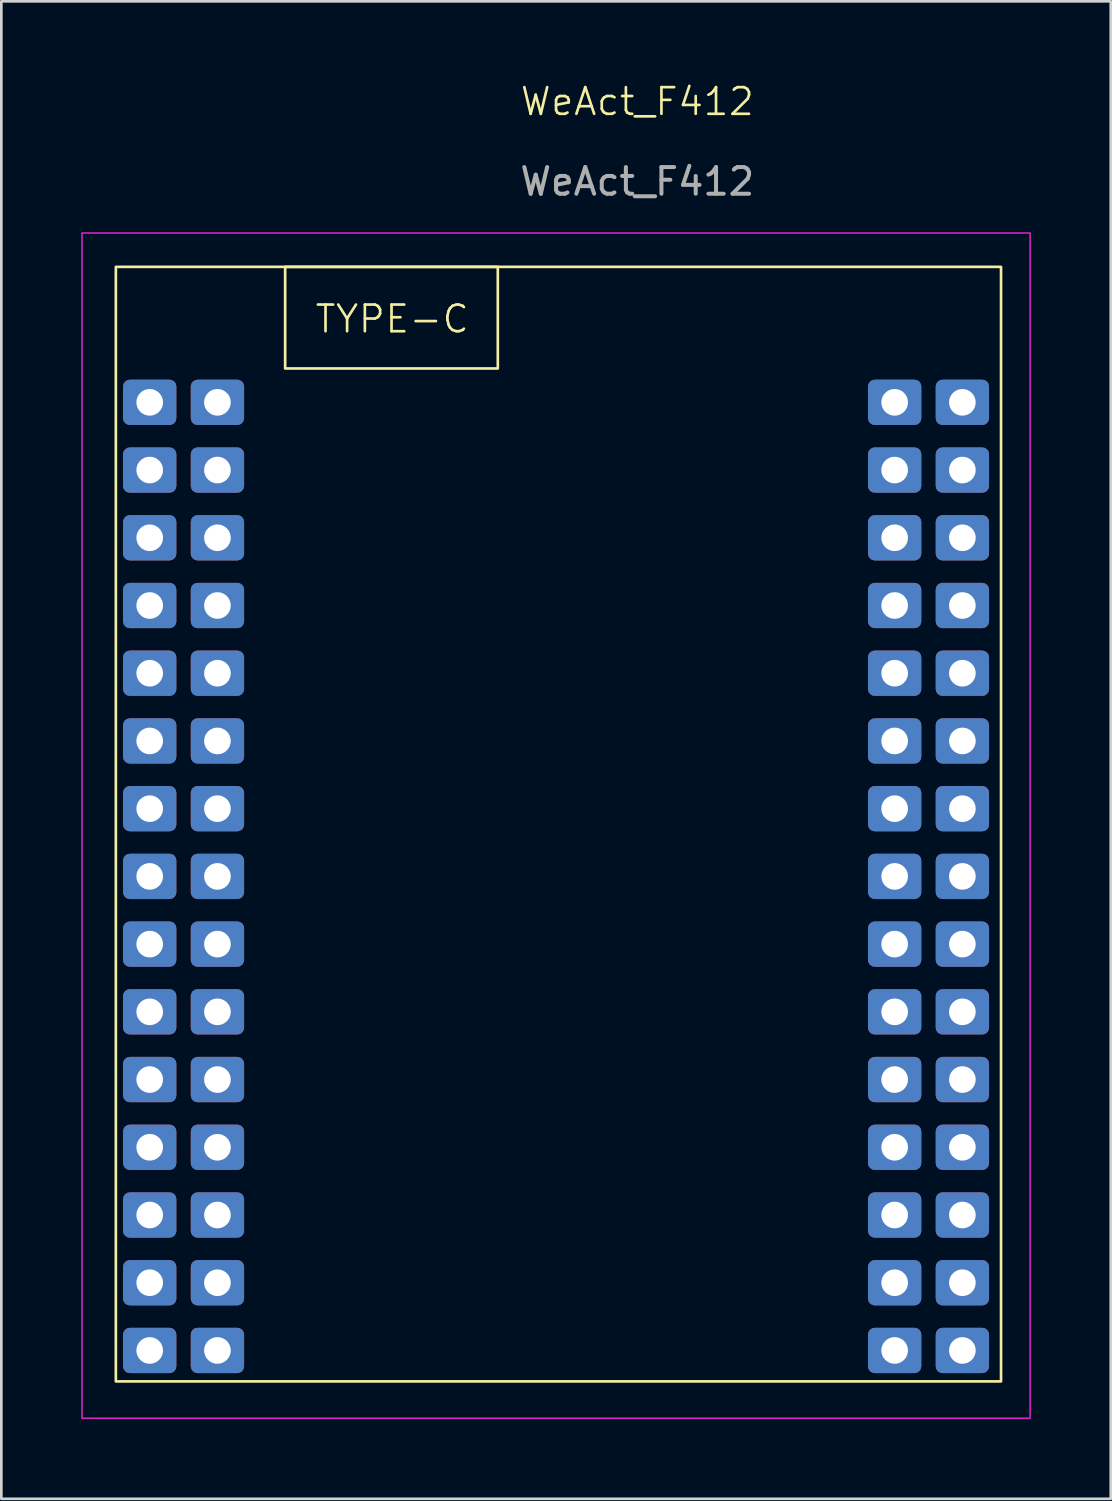
<source format=kicad_pcb>
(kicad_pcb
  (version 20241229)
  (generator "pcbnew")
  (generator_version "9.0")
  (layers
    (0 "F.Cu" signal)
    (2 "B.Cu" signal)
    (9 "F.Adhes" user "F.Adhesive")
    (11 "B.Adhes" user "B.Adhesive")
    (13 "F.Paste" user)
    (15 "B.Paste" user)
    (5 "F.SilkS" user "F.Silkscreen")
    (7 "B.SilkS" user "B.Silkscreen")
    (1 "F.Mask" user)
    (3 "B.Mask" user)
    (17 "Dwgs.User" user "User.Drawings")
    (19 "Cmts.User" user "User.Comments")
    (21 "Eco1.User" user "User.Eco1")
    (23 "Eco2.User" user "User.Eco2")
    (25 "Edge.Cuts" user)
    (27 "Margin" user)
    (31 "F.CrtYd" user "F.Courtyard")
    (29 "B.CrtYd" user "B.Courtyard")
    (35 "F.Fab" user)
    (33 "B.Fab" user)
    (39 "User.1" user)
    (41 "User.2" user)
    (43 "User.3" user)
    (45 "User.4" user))
  (footprint "WeAct_F412"
    (layer "F.Cu")
    (at 1.295 6.96)
    (property "Reference" "WeAct_F412" (at 19.558 -6.199 0) (unlocked yes) (layer "F.SilkS") (effects (font (size 1 1) (thickness 0.1))))
    (attr smd)
    (fp_rect (start 0 0) (end 33.2 41.8) (stroke (width 0.1) (type solid)) (fill no) (layer "F.SilkS"))
    (fp_rect (start 6.35 0) (end 14.326 3.81) (stroke (width 0.1) (type default)) (fill no) (layer "F.SilkS"))
    (fp_rect (start -1.27 -1.27) (end 34.29 43.18) (stroke (width 0.05) (type default)) (fill no) (layer "F.CrtYd"))
    (fp_text user "TYPE-C" (at 7.417 2.54 0) (unlocked yes) (layer "F.SilkS") (effects (font (size 1 1) (thickness 0.1)) (justify left bottom)))
    (fp_text user "${REFERENCE}" (at 19.558 -3.199 0) (unlocked yes) (layer "F.Fab") (effects (font (size 1 1) (thickness 0.15))))
    (pad "1" thru_hole roundrect (at 1.27 5.08) (size 2 1.7) (drill 1) (layers "*.Cu" "*.Mask") (roundrect_rratio 0.15))
    (pad "1" thru_hole roundrect (at 1.27 40.64) (size 2 1.7) (drill 1) (layers "*.Cu" "*.Mask") (roundrect_rratio 0.15))
    (pad "1" thru_hole roundrect (at 3.81 5.08) (size 2 1.7) (drill 1) (layers "*.Cu" "*.Mask") (roundrect_rratio 0.15))
    (pad "1" thru_hole roundrect (at 29.21 5.08) (size 2 1.7) (drill 1) (layers "*.Cu" "*.Mask") (roundrect_rratio 0.15))
    (pad "1" thru_hole roundrect (at 29.21 7.62) (size 2 1.7) (drill 1) (layers "*.Cu" "*.Mask") (roundrect_rratio 0.15))
    (pad "1" thru_hole roundrect (at 29.21 10.16) (size 2 1.7) (drill 1) (layers "*.Cu" "*.Mask") (roundrect_rratio 0.15))
    (pad "1" thru_hole roundrect (at 29.21 40.64) (size 2 1.7) (drill 1) (layers "*.Cu" "*.Mask") (roundrect_rratio 0.15))
    (pad "2" thru_hole roundrect (at 1.27 7.62) (size 2 1.7) (drill 1) (layers "*.Cu" "*.Mask") (roundrect_rratio 0.15))
    (pad "2" thru_hole roundrect (at 3.81 7.62) (size 2 1.7) (drill 1) (layers "*.Cu" "*.Mask") (roundrect_rratio 0.15))
    (pad "3" thru_hole roundrect (at 3.81 10.16) (size 2 1.7) (drill 1) (layers "*.Cu" "*.Mask") (roundrect_rratio 0.15))
    (pad "4" thru_hole roundrect (at 1.27 10.16) (size 2 1.7) (drill 1) (layers "*.Cu" "*.Mask") (roundrect_rratio 0.15))
    (pad "5" thru_hole roundrect (at 3.81 12.7) (size 2 1.7) (drill 1) (layers "*.Cu" "*.Mask") (roundrect_rratio 0.15))
    (pad "6" thru_hole roundrect (at 1.27 12.7) (size 2 1.7) (drill 1) (layers "*.Cu" "*.Mask") (roundrect_rratio 0.15))
    (pad "7" thru_hole roundrect (at 3.81 15.24) (size 2 1.7) (drill 1) (layers "*.Cu" "*.Mask") (roundrect_rratio 0.15))
    (pad "8" thru_hole roundrect (at 1.27 15.24) (size 2 1.7) (drill 1) (layers "*.Cu" "*.Mask") (roundrect_rratio 0.15))
    (pad "9" thru_hole roundrect (at 3.81 17.78) (size 2 1.7) (drill 1) (layers "*.Cu" "*.Mask") (roundrect_rratio 0.15))
    (pad "10" thru_hole roundrect (at 1.27 17.78) (size 2 1.7) (drill 1) (layers "*.Cu" "*.Mask") (roundrect_rratio 0.15))
    (pad "11" thru_hole roundrect (at 3.81 20.32) (size 2 1.7) (drill 1) (layers "*.Cu" "*.Mask") (roundrect_rratio 0.15))
    (pad "12" thru_hole roundrect (at 1.27 20.32) (size 2 1.7) (drill 1) (layers "*.Cu" "*.Mask") (roundrect_rratio 0.15))
    (pad "13" thru_hole roundrect (at 3.81 22.86) (size 2 1.7) (drill 1) (layers "*.Cu" "*.Mask") (roundrect_rratio 0.15))
    (pad "14" thru_hole roundrect (at 1.27 22.86) (size 2 1.7) (drill 1) (layers "*.Cu" "*.Mask") (roundrect_rratio 0.15))
    (pad "15" thru_hole roundrect (at 3.81 25.4) (size 2 1.7) (drill 1) (layers "*.Cu" "*.Mask") (roundrect_rratio 0.15))
    (pad "16" thru_hole roundrect (at 1.27 25.4) (size 2 1.7) (drill 1) (layers "*.Cu" "*.Mask") (roundrect_rratio 0.15))
    (pad "17" thru_hole roundrect (at 3.81 27.94) (size 2 1.7) (drill 1) (layers "*.Cu" "*.Mask") (roundrect_rratio 0.15))
    (pad "18" thru_hole roundrect (at 1.27 27.94) (size 2 1.7) (drill 1) (layers "*.Cu" "*.Mask") (roundrect_rratio 0.15))
    (pad "19" thru_hole roundrect (at 3.81 30.48) (size 2 1.7) (drill 1) (layers "*.Cu" "*.Mask") (roundrect_rratio 0.15))
    (pad "20" thru_hole roundrect (at 1.27 30.48) (size 2 1.7) (drill 1) (layers "*.Cu" "*.Mask") (roundrect_rratio 0.15))
    (pad "21" thru_hole roundrect (at 3.81 33.02) (size 2 1.7) (drill 1) (layers "*.Cu" "*.Mask") (roundrect_rratio 0.15))
    (pad "22" thru_hole roundrect (at 1.27 33.02) (size 2 1.7) (drill 1) (layers "*.Cu" "*.Mask") (roundrect_rratio 0.15))
    (pad "23" thru_hole roundrect (at 3.81 35.56) (size 2 1.7) (drill 1) (layers "*.Cu" "*.Mask") (roundrect_rratio 0.15))
    (pad "24" thru_hole roundrect (at 1.27 35.56) (size 2 1.7) (drill 1) (layers "*.Cu" "*.Mask") (roundrect_rratio 0.15))
    (pad "25" thru_hole roundrect (at 3.81 38.1) (size 2 1.7) (drill 1) (layers "*.Cu" "*.Mask") (roundrect_rratio 0.15))
    (pad "26" thru_hole roundrect (at 1.27 38.1) (size 2 1.7) (drill 1) (layers "*.Cu" "*.Mask") (roundrect_rratio 0.15))
    (pad "27" thru_hole roundrect (at 3.81 40.64) (size 2 1.7) (drill 1) (layers "*.Cu" "*.Mask") (roundrect_rratio 0.15))
    (pad "28" thru_hole roundrect (at 31.75 5.08) (size 2 1.7) (drill 1) (layers "*.Cu" "*.Mask") (roundrect_rratio 0.15))
    (pad "28" thru_hole roundrect (at 31.75 7.62) (size 2 1.7) (drill 1) (layers "*.Cu" "*.Mask") (roundrect_rratio 0.15))
    (pad "28" thru_hole roundrect (at 31.75 10.16) (size 2 1.7) (drill 1) (layers "*.Cu" "*.Mask") (roundrect_rratio 0.15))
    (pad "29" thru_hole roundrect (at 29.21 12.7) (size 2 1.7) (drill 1) (layers "*.Cu" "*.Mask") (roundrect_rratio 0.15))
    (pad "30" thru_hole roundrect (at 31.75 12.7) (size 2 1.7) (drill 1) (layers "*.Cu" "*.Mask") (roundrect_rratio 0.15))
    (pad "31" thru_hole roundrect (at 29.21 15.24) (size 2 1.7) (drill 1) (layers "*.Cu" "*.Mask") (roundrect_rratio 0.15))
    (pad "32" thru_hole roundrect (at 31.75 15.24) (size 2 1.7) (drill 1) (layers "*.Cu" "*.Mask") (roundrect_rratio 0.15))
    (pad "33" thru_hole roundrect (at 29.21 17.78) (size 2 1.7) (drill 1) (layers "*.Cu" "*.Mask") (roundrect_rratio 0.15))
    (pad "34" thru_hole roundrect (at 31.75 17.78) (size 2 1.7) (drill 1) (layers "*.Cu" "*.Mask") (roundrect_rratio 0.15))
    (pad "35" thru_hole roundrect (at 29.21 20.32) (size 2 1.7) (drill 1) (layers "*.Cu" "*.Mask") (roundrect_rratio 0.15))
    (pad "36" thru_hole roundrect (at 31.75 20.32) (size 2 1.7) (drill 1) (layers "*.Cu" "*.Mask") (roundrect_rratio 0.15))
    (pad "37" thru_hole roundrect (at 29.21 22.86) (size 2 1.7) (drill 1) (layers "*.Cu" "*.Mask") (roundrect_rratio 0.15))
    (pad "38" thru_hole roundrect (at 31.75 22.86) (size 2 1.7) (drill 1) (layers "*.Cu" "*.Mask") (roundrect_rratio 0.15))
    (pad "39" thru_hole roundrect (at 29.21 25.4) (size 2 1.7) (drill 1) (layers "*.Cu" "*.Mask") (roundrect_rratio 0.15))
    (pad "40" thru_hole roundrect (at 31.75 25.4) (size 2 1.7) (drill 1) (layers "*.Cu" "*.Mask") (roundrect_rratio 0.15))
    (pad "41" thru_hole roundrect (at 29.21 27.94) (size 2 1.7) (drill 1) (layers "*.Cu" "*.Mask") (roundrect_rratio 0.15))
    (pad "42" thru_hole roundrect (at 31.75 27.94) (size 2 1.7) (drill 1) (layers "*.Cu" "*.Mask") (roundrect_rratio 0.15))
    (pad "43" thru_hole roundrect (at 29.21 30.48) (size 2 1.7) (drill 1) (layers "*.Cu" "*.Mask") (roundrect_rratio 0.15))
    (pad "44" thru_hole roundrect (at 31.75 30.48) (size 2 1.7) (drill 1) (layers "*.Cu" "*.Mask") (roundrect_rratio 0.15))
    (pad "45" thru_hole roundrect (at 29.21 33.02) (size 2 1.7) (drill 1) (layers "*.Cu" "*.Mask") (roundrect_rratio 0.15))
    (pad "46" thru_hole roundrect (at 31.75 33.02) (size 2 1.7) (drill 1) (layers "*.Cu" "*.Mask") (roundrect_rratio 0.15))
    (pad "47" thru_hole roundrect (at 29.21 35.56) (size 2 1.7) (drill 1) (layers "*.Cu" "*.Mask") (roundrect_rratio 0.15))
    (pad "48" thru_hole roundrect (at 31.75 35.56) (size 2 1.7) (drill 1) (layers "*.Cu" "*.Mask") (roundrect_rratio 0.15))
    (pad "49" thru_hole roundrect (at 29.21 38.1) (size 2 1.7) (drill 1) (layers "*.Cu" "*.Mask") (roundrect_rratio 0.15))
    (pad "50" thru_hole roundrect (at 31.75 38.1) (size 2 1.7) (drill 1) (layers "*.Cu" "*.Mask") (roundrect_rratio 0.15))
    (pad "51" thru_hole roundrect (at 31.75 40.64) (size 2 1.7) (drill 1) (layers "*.Cu" "*.Mask") (roundrect_rratio 0.15)))
  (gr_rect
    (start -3 -3)
    (end 38.61 53.164)
    (stroke (width 0.1) (type default))
    (fill no)
    (layer "Edge.Cuts")))
</source>
